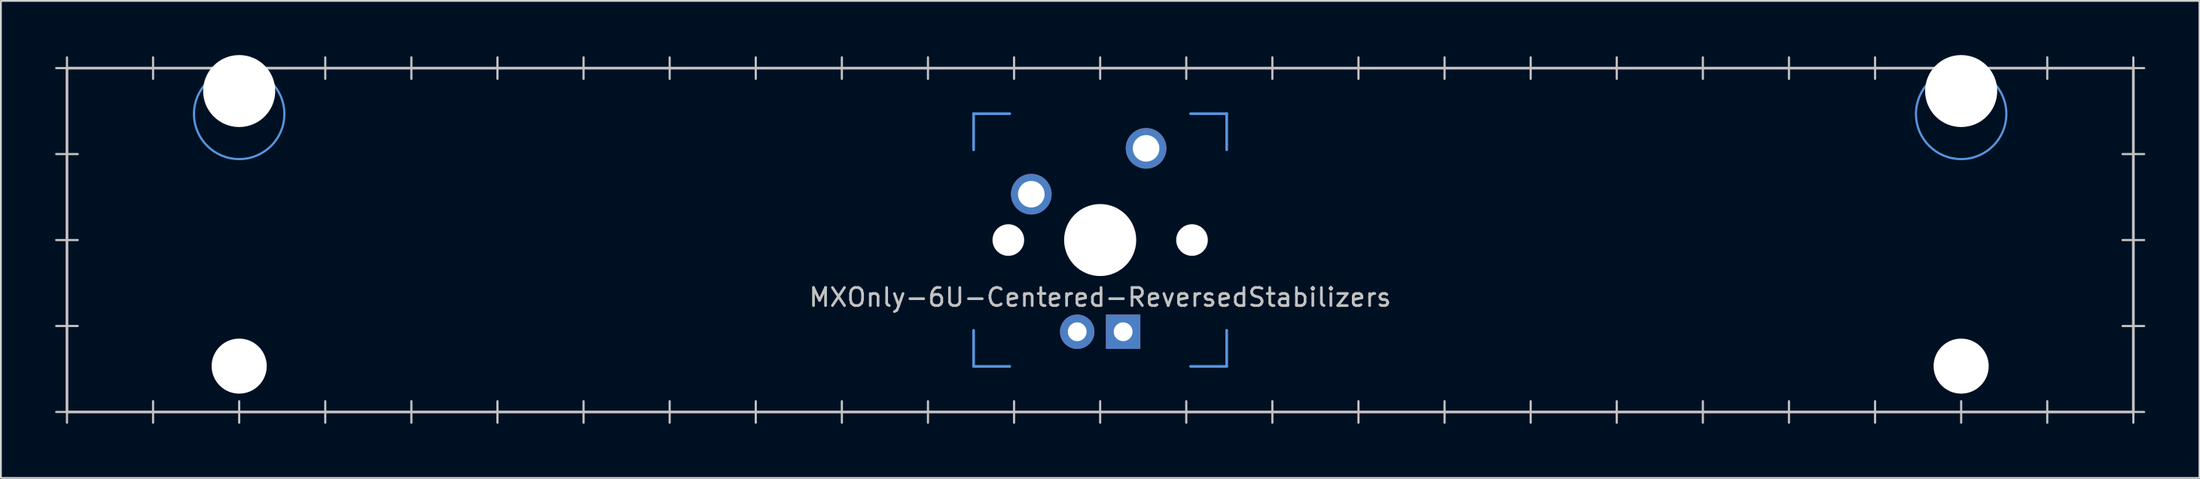
<source format=kicad_pcb>
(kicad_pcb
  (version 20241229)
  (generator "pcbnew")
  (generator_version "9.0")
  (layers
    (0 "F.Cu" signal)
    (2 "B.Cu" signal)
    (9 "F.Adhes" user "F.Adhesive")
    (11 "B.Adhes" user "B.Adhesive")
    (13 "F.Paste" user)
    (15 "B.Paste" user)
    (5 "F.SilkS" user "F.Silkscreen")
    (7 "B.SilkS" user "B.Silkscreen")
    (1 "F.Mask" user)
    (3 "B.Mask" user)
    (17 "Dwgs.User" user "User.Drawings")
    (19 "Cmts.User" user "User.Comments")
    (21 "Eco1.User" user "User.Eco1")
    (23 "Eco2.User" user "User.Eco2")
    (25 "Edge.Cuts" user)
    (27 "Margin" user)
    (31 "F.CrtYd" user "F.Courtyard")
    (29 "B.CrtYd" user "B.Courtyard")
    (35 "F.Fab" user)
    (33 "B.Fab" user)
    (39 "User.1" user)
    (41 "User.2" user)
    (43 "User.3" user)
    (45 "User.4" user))
  (footprint "MXOnly-6U-Centered-ReversedStabilizers"
    (layer "F.Cu")
    (at 57.805 10.249)
    (property "Reference" "MXOnly-6U-Centered-ReversedStabilizers" (at 0 3.175 0) (layer "Dwgs.User") (effects (font (size 1 1) (thickness 0.15))))
    (attr through_hole)
    (fp_line (start -57.745 -9.525) (end -57.15 -9.525) (stroke (width 0.12) (type solid)) (layer "Dwgs.User"))
    (fp_line (start -57.745 -0.000008) (end -56.555 -0.000008) (stroke (width 0.12) (type solid)) (layer "Dwgs.User"))
    (fp_line (start -57.745 4.762) (end -56.555 4.762) (stroke (width 0.12) (type solid)) (layer "Dwgs.User"))
    (fp_line (start -57.745 9.525) (end -57.15 9.525) (stroke (width 0.12) (type solid)) (layer "Dwgs.User"))
    (fp_line (start -57.15 10.12) (end -57.15 9.525) (stroke (width 0.12) (type solid)) (layer "Dwgs.User"))
    (fp_line (start -57.15 -10.12) (end -57.15 -9.525) (stroke (width 0.12) (type solid)) (layer "Dwgs.User"))
    (fp_line (start -57.15 -9.525) (end 57.15 -9.525) (stroke (width 0.15) (type solid)) (layer "Dwgs.User"))
    (fp_line (start -57.15 9.525) (end -57.15 -9.525) (stroke (width 0.15) (type solid)) (layer "Dwgs.User"))
    (fp_line (start -57.15 9.525) (end 57.15 9.525) (stroke (width 0.15) (type solid)) (layer "Dwgs.User"))
    (fp_line (start -56.555 -4.763) (end -57.745 -4.763) (stroke (width 0.12) (type solid)) (layer "Dwgs.User"))
    (fp_line (start -52.388 8.93) (end -52.388 10.12) (stroke (width 0.12) (type solid)) (layer "Dwgs.User"))
    (fp_line (start -52.388 -10.12) (end -52.388 -8.93) (stroke (width 0.12) (type solid)) (layer "Dwgs.User"))
    (fp_line (start -47.625 8.93) (end -47.625 10.12) (stroke (width 0.12) (type solid)) (layer "Dwgs.User"))
    (fp_line (start -47.625 -10.12) (end -47.625 -8.93) (stroke (width 0.12) (type solid)) (layer "Dwgs.User"))
    (fp_line (start -42.863 10.12) (end -42.863 8.93) (stroke (width 0.12) (type solid)) (layer "Dwgs.User"))
    (fp_line (start -42.863 -8.93) (end -42.863 -10.12) (stroke (width 0.12) (type solid)) (layer "Dwgs.User"))
    (fp_line (start -38.1 8.93) (end -38.1 10.12) (stroke (width 0.12) (type solid)) (layer "Dwgs.User"))
    (fp_line (start -38.1 -10.12) (end -38.1 -8.93) (stroke (width 0.12) (type solid)) (layer "Dwgs.User"))
    (fp_line (start -33.338 10.12) (end -33.338 8.93) (stroke (width 0.12) (type solid)) (layer "Dwgs.User"))
    (fp_line (start -33.338 -8.93) (end -33.338 -10.12) (stroke (width 0.12) (type solid)) (layer "Dwgs.User"))
    (fp_line (start -28.575 8.93) (end -28.575 10.12) (stroke (width 0.12) (type solid)) (layer "Dwgs.User"))
    (fp_line (start -28.575 -10.12) (end -28.575 -8.93) (stroke (width 0.12) (type solid)) (layer "Dwgs.User"))
    (fp_line (start -23.813 10.12) (end -23.813 8.93) (stroke (width 0.12) (type solid)) (layer "Dwgs.User"))
    (fp_line (start -23.813 -8.93) (end -23.813 -10.12) (stroke (width 0.12) (type solid)) (layer "Dwgs.User"))
    (fp_line (start -19.05 8.93) (end -19.05 10.12) (stroke (width 0.12) (type solid)) (layer "Dwgs.User"))
    (fp_line (start -19.05 -10.12) (end -19.05 -8.93) (stroke (width 0.12) (type solid)) (layer "Dwgs.User"))
    (fp_line (start -14.288 10.12) (end -14.288 8.93) (stroke (width 0.12) (type solid)) (layer "Dwgs.User"))
    (fp_line (start -14.288 -8.93) (end -14.288 -10.12) (stroke (width 0.12) (type solid)) (layer "Dwgs.User"))
    (fp_line (start -9.525 8.93) (end -9.525 10.12) (stroke (width 0.12) (type solid)) (layer "Dwgs.User"))
    (fp_line (start -9.525 -10.12) (end -9.525 -8.93) (stroke (width 0.12) (type solid)) (layer "Dwgs.User"))
    (fp_line (start -4.763 10.12) (end -4.763 8.93) (stroke (width 0.12) (type solid)) (layer "Dwgs.User"))
    (fp_line (start -4.763 -8.93) (end -4.763 -10.12) (stroke (width 0.12) (type solid)) (layer "Dwgs.User"))
    (fp_line (start 0 -8.93) (end 0 -10.12) (stroke (width 0.12) (type solid)) (layer "Dwgs.User"))
    (fp_line (start 0 10.12) (end 0 8.93) (stroke (width 0.12) (type solid)) (layer "Dwgs.User"))
    (fp_line (start 4.763 -10.12) (end 4.763 -8.93) (stroke (width 0.12) (type solid)) (layer "Dwgs.User"))
    (fp_line (start 4.763 8.93) (end 4.763 10.12) (stroke (width 0.12) (type solid)) (layer "Dwgs.User"))
    (fp_line (start 9.525 -8.93) (end 9.525 -10.12) (stroke (width 0.12) (type solid)) (layer "Dwgs.User"))
    (fp_line (start 9.525 10.12) (end 9.525 8.93) (stroke (width 0.12) (type solid)) (layer "Dwgs.User"))
    (fp_line (start 14.288 -10.12) (end 14.288 -8.93) (stroke (width 0.12) (type solid)) (layer "Dwgs.User"))
    (fp_line (start 14.288 8.93) (end 14.288 10.12) (stroke (width 0.12) (type solid)) (layer "Dwgs.User"))
    (fp_line (start 19.05 -8.93) (end 19.05 -10.12) (stroke (width 0.12) (type solid)) (layer "Dwgs.User"))
    (fp_line (start 19.05 10.12) (end 19.05 8.93) (stroke (width 0.12) (type solid)) (layer "Dwgs.User"))
    (fp_line (start 23.813 -10.12) (end 23.813 -8.93) (stroke (width 0.12) (type solid)) (layer "Dwgs.User"))
    (fp_line (start 23.813 8.93) (end 23.813 10.12) (stroke (width 0.12) (type solid)) (layer "Dwgs.User"))
    (fp_line (start 28.575 -8.93) (end 28.575 -10.12) (stroke (width 0.12) (type solid)) (layer "Dwgs.User"))
    (fp_line (start 28.575 10.12) (end 28.575 8.93) (stroke (width 0.12) (type solid)) (layer "Dwgs.User"))
    (fp_line (start 33.338 -10.12) (end 33.338 -8.93) (stroke (width 0.12) (type solid)) (layer "Dwgs.User"))
    (fp_line (start 33.338 8.93) (end 33.338 10.12) (stroke (width 0.12) (type solid)) (layer "Dwgs.User"))
    (fp_line (start 38.1 -8.93) (end 38.1 -10.12) (stroke (width 0.12) (type solid)) (layer "Dwgs.User"))
    (fp_line (start 38.1 10.12) (end 38.1 8.93) (stroke (width 0.12) (type solid)) (layer "Dwgs.User"))
    (fp_line (start 42.863 -10.12) (end 42.863 -8.93) (stroke (width 0.12) (type solid)) (layer "Dwgs.User"))
    (fp_line (start 42.863 8.93) (end 42.863 10.12) (stroke (width 0.12) (type solid)) (layer "Dwgs.User"))
    (fp_line (start 47.625 -8.93) (end 47.625 -10.12) (stroke (width 0.12) (type solid)) (layer "Dwgs.User"))
    (fp_line (start 47.625 10.12) (end 47.625 8.93) (stroke (width 0.12) (type solid)) (layer "Dwgs.User"))
    (fp_line (start 52.388 -10.12) (end 52.388 -8.93) (stroke (width 0.12) (type solid)) (layer "Dwgs.User"))
    (fp_line (start 52.388 8.93) (end 52.388 10.12) (stroke (width 0.12) (type solid)) (layer "Dwgs.User"))
    (fp_line (start 56.555 4.763) (end 57.745 4.763) (stroke (width 0.12) (type solid)) (layer "Dwgs.User"))
    (fp_line (start 57.15 -9.525) (end 57.15 9.525) (stroke (width 0.15) (type solid)) (layer "Dwgs.User"))
    (fp_line (start 57.15 10.12) (end 57.15 9.525) (stroke (width 0.12) (type solid)) (layer "Dwgs.User"))
    (fp_line (start 57.15 -10.12) (end 57.15 -9.525) (stroke (width 0.12) (type solid)) (layer "Dwgs.User"))
    (fp_line (start 57.745 -9.525) (end 57.15 -9.525) (stroke (width 0.12) (type solid)) (layer "Dwgs.User"))
    (fp_line (start 57.745 -4.763) (end 56.555 -4.763) (stroke (width 0.12) (type solid)) (layer "Dwgs.User"))
    (fp_line (start 57.745 0) (end 56.555 0) (stroke (width 0.12) (type solid)) (layer "Dwgs.User"))
    (fp_line (start 57.745 9.525) (end 57.15 9.525) (stroke (width 0.12) (type solid)) (layer "Dwgs.User"))
    (fp_line (start -7 -7) (end -7 -5) (stroke (width 0.15) (type solid)) (layer "Cmts.User"))
    (fp_line (start -7 7) (end -7 5) (stroke (width 0.15) (type solid)) (layer "Cmts.User"))
    (fp_line (start -5 -7) (end -7 -7) (stroke (width 0.15) (type solid)) (layer "Cmts.User"))
    (fp_line (start -5 7) (end -7 7) (stroke (width 0.15) (type solid)) (layer "Cmts.User"))
    (fp_line (start 5 -7) (end 7 -7) (stroke (width 0.15) (type solid)) (layer "Cmts.User"))
    (fp_line (start 7 -7) (end 7 -5) (stroke (width 0.15) (type solid)) (layer "Cmts.User"))
    (fp_line (start 7 5) (end 7 7) (stroke (width 0.15) (type solid)) (layer "Cmts.User"))
    (fp_line (start 7 7) (end 5 7) (stroke (width 0.15) (type solid)) (layer "Cmts.User"))
    (fp_circle (center -47.625 -6.985) (end -45.125 -6.985) (stroke (width 0.12) (type solid)) (fill no) (layer "Cmts.User"))
    (fp_circle (center 47.625 -6.985) (end 50.125 -6.985) (stroke (width 0.12) (type solid)) (fill no) (layer "Cmts.User"))
    (pad "" np_thru_hole circle (at -47.625 -8.255) (size 3.988 3.988) (drill 3.988) (layers "*.Cu" "*.Mask"))
    (pad "" np_thru_hole circle (at -47.625 6.985) (size 3.048 3.048) (drill 3.048) (layers "*.Cu" "*.Mask"))
    (pad "" np_thru_hole circle (at -5.08 0 48.1) (size 1.75 1.75) (drill 1.75) (layers "*.Cu" "*.Mask"))
    (pad "" np_thru_hole circle (at 0 0) (size 3.988 3.988) (drill 3.988) (layers "*.Cu" "*.Mask"))
    (pad "" np_thru_hole circle (at 5.08 0 48.1) (size 1.75 1.75) (drill 1.75) (layers "*.Cu" "*.Mask"))
    (pad "" np_thru_hole circle (at 47.625 -8.255) (size 3.988 3.988) (drill 3.988) (layers "*.Cu" "*.Mask"))
    (pad "" np_thru_hole circle (at 47.625 6.985) (size 3.048 3.048) (drill 3.048) (layers "*.Cu" "*.Mask"))
    (pad "1" thru_hole circle (at -3.81 -2.54) (size 2.25 2.25) (drill 1.47) (layers "*.Cu" "B.Mask"))
    (pad "2" thru_hole circle (at 2.54 -5.08) (size 2.25 2.25) (drill 1.47) (layers "*.Cu" "B.Mask"))
    (pad "3" thru_hole circle (at -1.27 5.08) (size 1.905 1.905) (drill 1.04) (layers "*.Cu" "B.Mask"))
    (pad "4" thru_hole rect (at 1.27 5.08) (size 1.905 1.905) (drill 1.04) (layers "*.Cu" "B.Mask")))
  (gr_rect
    (start -3 -3)
    (end 118.611 23.429)
    (stroke (width 0.1) (type default))
    (fill no)
    (layer "Edge.Cuts")))
</source>
